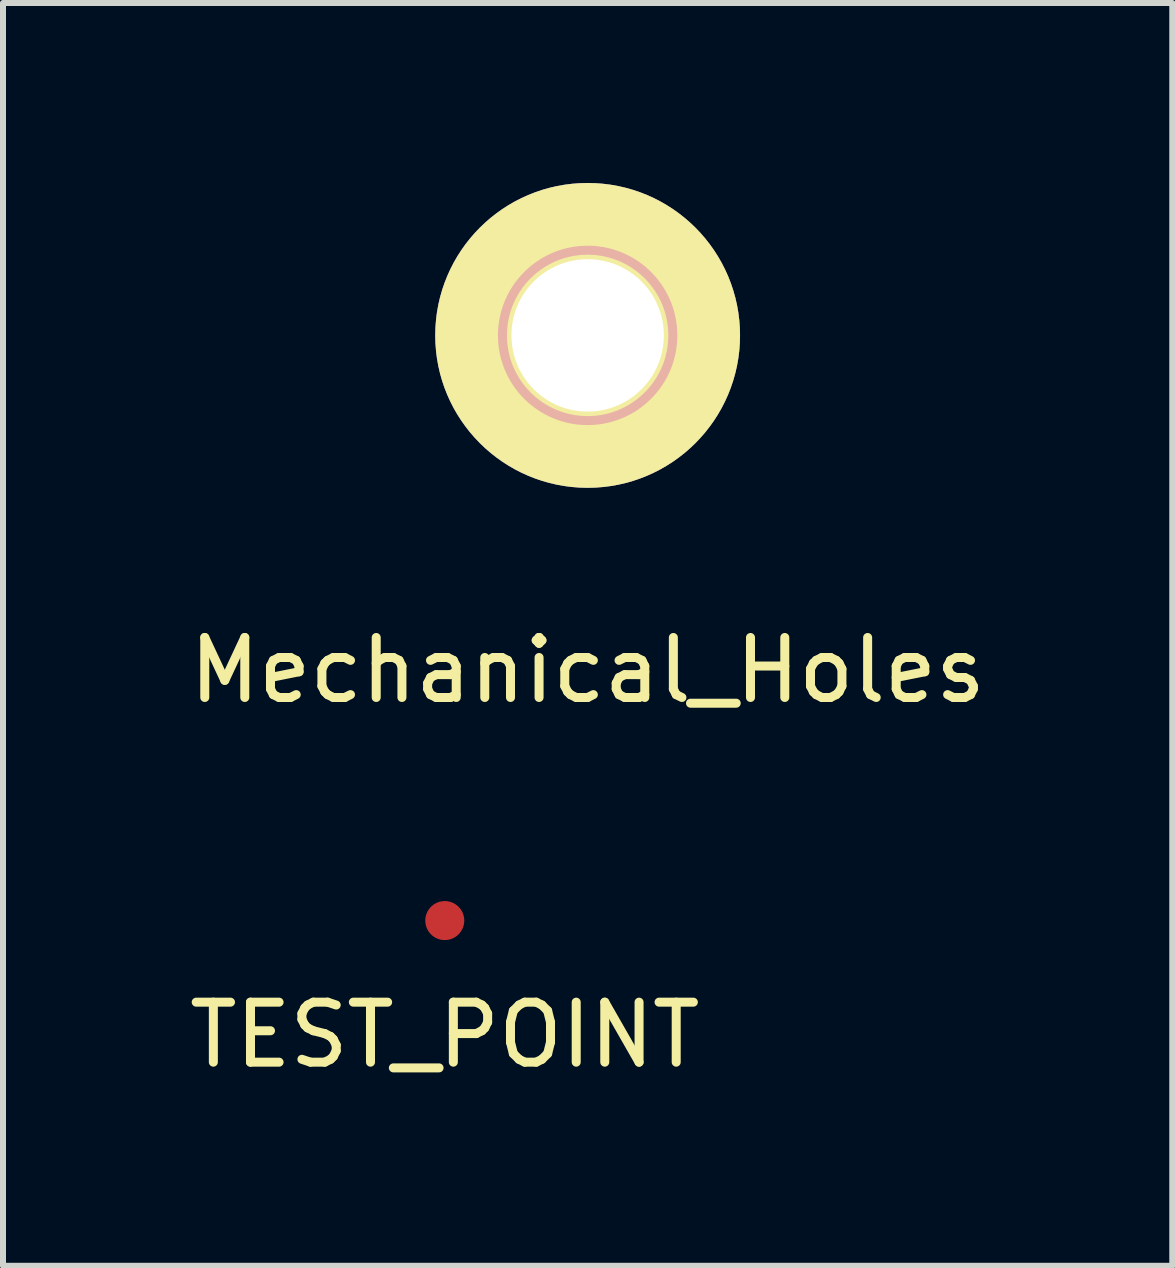
<source format=kicad_pcb>
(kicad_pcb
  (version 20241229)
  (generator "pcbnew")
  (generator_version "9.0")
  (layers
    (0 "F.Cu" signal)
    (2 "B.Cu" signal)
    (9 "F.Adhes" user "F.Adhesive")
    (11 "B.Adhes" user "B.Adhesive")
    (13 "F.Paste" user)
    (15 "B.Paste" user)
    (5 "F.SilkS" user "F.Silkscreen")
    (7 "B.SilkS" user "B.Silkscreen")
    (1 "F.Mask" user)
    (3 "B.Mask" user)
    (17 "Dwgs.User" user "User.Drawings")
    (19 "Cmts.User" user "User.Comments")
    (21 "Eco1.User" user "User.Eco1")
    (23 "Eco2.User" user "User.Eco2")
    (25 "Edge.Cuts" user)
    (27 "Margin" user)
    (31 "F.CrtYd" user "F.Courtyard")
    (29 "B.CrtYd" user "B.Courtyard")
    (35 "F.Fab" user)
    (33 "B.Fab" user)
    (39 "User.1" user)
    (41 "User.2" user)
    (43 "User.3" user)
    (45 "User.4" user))
  (footprint "Mechanical_Holes"
    (layer "F.Cu")
    (at 6.744 2.54)
    (property "Reference" "Mechanical_Holes" (at 0 5.58 0) (layer "F.SilkS") (effects (font (size 1 1) (thickness 0.15))))
    (attr through_hole)
    (fp_circle (center 0 0) (end 1.27 0.635) (stroke (width 0.15) (type solid)) (fill no) (layer "F.SilkS"))
    (fp_circle (center 0 0) (end 1.27 0.635) (stroke (width 0.15) (type solid)) (fill no) (layer "B.SilkS"))
    (pad "" np_thru_hole circle (at 0 0) (size 5.08 5.08) (drill 2.54) (layers "*.Cu" "*.Mask" "F.SilkS")))
  (footprint "TEST_POINT"
    (layer "F.Cu")
    (at 4.363 12.293)
    (property "Reference" "TEST_POINT" (at 0 1.905 0) (layer "F.SilkS") (effects (font (size 1 1) (thickness 0.15))))
    (attr through_hole)
    (pad "1" smd circle (at 0 0) (size 0.65 0.65) (layers "F.Cu" "F.Mask" "F.Paste")))
  (gr_rect
    (start -3 -3)
    (end 16.488 18.047)
    (stroke (width 0.1) (type default))
    (fill no)
    (layer "Edge.Cuts")))
</source>
